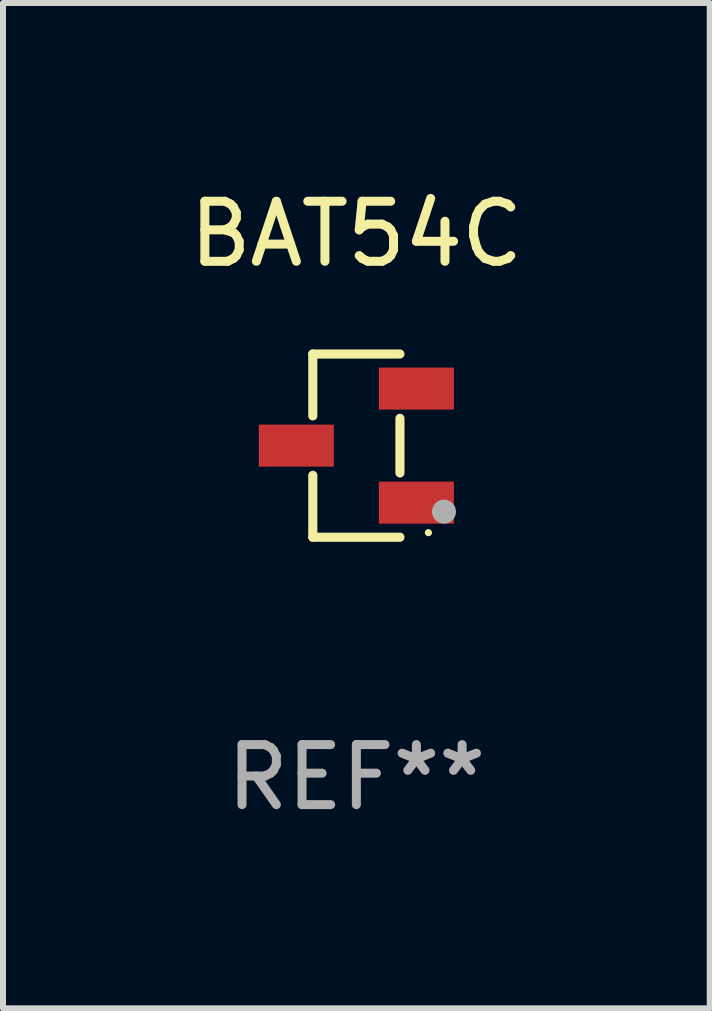
<source format=kicad_pcb>
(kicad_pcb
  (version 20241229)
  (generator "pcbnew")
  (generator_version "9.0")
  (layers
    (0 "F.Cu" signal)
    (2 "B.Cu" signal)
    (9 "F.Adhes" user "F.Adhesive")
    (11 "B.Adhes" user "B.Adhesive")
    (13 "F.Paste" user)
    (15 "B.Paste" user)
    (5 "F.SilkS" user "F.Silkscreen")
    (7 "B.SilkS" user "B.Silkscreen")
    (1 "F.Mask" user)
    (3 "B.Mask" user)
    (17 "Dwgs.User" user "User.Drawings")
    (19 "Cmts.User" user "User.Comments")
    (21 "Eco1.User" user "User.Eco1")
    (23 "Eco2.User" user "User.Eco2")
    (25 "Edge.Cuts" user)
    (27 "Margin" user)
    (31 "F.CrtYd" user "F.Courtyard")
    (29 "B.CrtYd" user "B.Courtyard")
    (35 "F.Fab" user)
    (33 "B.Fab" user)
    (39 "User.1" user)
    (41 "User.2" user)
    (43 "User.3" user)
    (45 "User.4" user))
  (footprint "BAT54C"
    (layer "F.Cu")
    (at 2.887 4.374)
    (property "Reference" "BAT54C" (at 0 -3.526 0) (layer "F.SilkS") (effects (font (size 1 1) (thickness 0.15))))
    (attr through_hole)
    (fp_line (start -0.726 -1.526) (end -0.726 -0.495) (stroke (width 0.152) (type solid)) (layer "F.SilkS"))
    (fp_line (start -0.726 1.526) (end -0.726 0.495) (stroke (width 0.152) (type solid)) (layer "F.SilkS"))
    (fp_line (start 0.726 -1.526) (end -0.726 -1.526) (stroke (width 0.152) (type solid)) (layer "F.SilkS"))
    (fp_line (start 0.726 -0.455) (end 0.726 0.455) (stroke (width 0.152) (type solid)) (layer "F.SilkS"))
    (fp_line (start 0.726 1.526) (end -0.726 1.526) (stroke (width 0.152) (type solid)) (layer "F.SilkS"))
    (fp_circle (center 1.2 1.45) (end 1.23 1.45) (stroke (width 0.06) (type solid)) (fill no) (layer "F.SilkS"))
    (fp_circle (center 1.46 1.1) (end 1.56 1.1) (stroke (width 0.2) (type solid)) (fill no) (layer "F.Fab"))
    (fp_text user "REF**" (at 0 5.526 0) (layer "F.Fab") (effects (font (size 1 1) (thickness 0.15))))
    (pad "1" smd rect (at 1 0.95) (size 1.25 0.7) (layers "F.Cu" "F.Mask" "F.Paste"))
    (pad "2" smd rect (at 1 -0.95) (size 1.25 0.7) (layers "F.Cu" "F.Mask" "F.Paste"))
    (pad "3" smd rect (at -1 0) (size 1.25 0.7) (layers "F.Cu" "F.Mask" "F.Paste")))
  (gr_rect
    (start -3 -3)
    (end 8.774 13.749)
    (stroke (width 0.1) (type default))
    (fill no)
    (layer "Edge.Cuts")))
</source>
